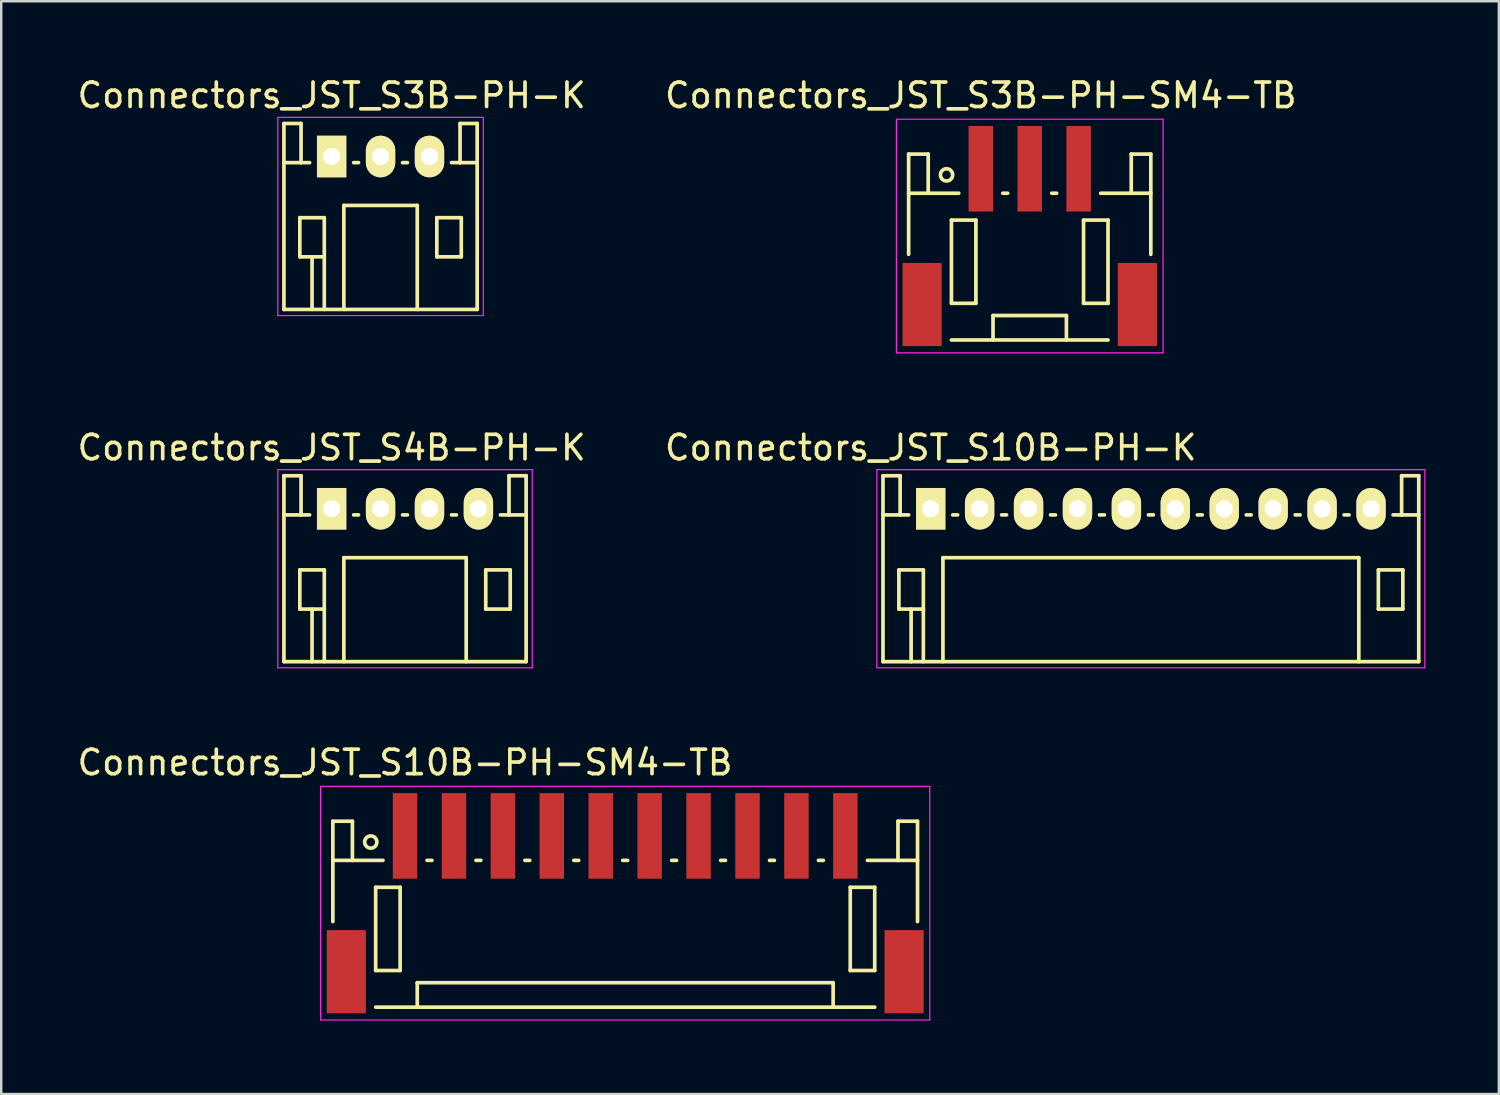
<source format=kicad_pcb>
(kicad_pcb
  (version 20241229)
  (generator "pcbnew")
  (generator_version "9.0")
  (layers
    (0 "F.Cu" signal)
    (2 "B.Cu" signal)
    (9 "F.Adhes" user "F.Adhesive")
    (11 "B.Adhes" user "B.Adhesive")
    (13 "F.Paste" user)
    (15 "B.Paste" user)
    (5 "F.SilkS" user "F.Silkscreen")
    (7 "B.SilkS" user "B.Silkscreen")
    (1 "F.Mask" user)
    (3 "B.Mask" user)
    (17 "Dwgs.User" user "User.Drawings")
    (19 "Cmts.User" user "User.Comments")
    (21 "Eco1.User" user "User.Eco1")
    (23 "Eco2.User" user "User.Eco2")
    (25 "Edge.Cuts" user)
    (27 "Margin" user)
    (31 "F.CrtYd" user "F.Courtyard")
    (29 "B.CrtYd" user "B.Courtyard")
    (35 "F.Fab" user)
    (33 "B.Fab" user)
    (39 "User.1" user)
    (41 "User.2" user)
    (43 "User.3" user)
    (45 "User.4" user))
  (footprint "Connectors_JST_S4B-PH-K"
    (layer "F.Cu")
    (at 10.506 17.747)
    (property "Reference" "Connectors_JST_S4B-PH-K" (at 0 -2.5 0) (layer "F.SilkS") (effects (font (size 1 1) (thickness 0.15))))
    (attr through_hole)
    (fp_line (start -1.95 -1.35) (end -1.95 6.25) (stroke (width 0.15) (type solid)) (layer "F.SilkS"))
    (fp_line (start -1.95 0.25) (end -1.25 0.25) (stroke (width 0.15) (type solid)) (layer "F.SilkS"))
    (fp_line (start -1.95 6.25) (end 7.95 6.25) (stroke (width 0.15) (type solid)) (layer "F.SilkS"))
    (fp_line (start -1.3 2.5) (end -1.3 4.1) (stroke (width 0.15) (type solid)) (layer "F.SilkS"))
    (fp_line (start -1.3 4.1) (end -0.3 4.1) (stroke (width 0.15) (type solid)) (layer "F.SilkS"))
    (fp_line (start -1.25 -1.35) (end -1.95 -1.35) (stroke (width 0.15) (type solid)) (layer "F.SilkS"))
    (fp_line (start -1.25 0.25) (end -1.25 -1.35) (stroke (width 0.15) (type solid)) (layer "F.SilkS"))
    (fp_line (start -0.9 0.25) (end -1.25 0.25) (stroke (width 0.15) (type solid)) (layer "F.SilkS"))
    (fp_line (start -0.8 4.1) (end -0.8 6.25) (stroke (width 0.15) (type solid)) (layer "F.SilkS"))
    (fp_line (start -0.3 2.5) (end -1.3 2.5) (stroke (width 0.15) (type solid)) (layer "F.SilkS"))
    (fp_line (start -0.3 4.1) (end -0.3 2.5) (stroke (width 0.15) (type solid)) (layer "F.SilkS"))
    (fp_line (start -0.3 4.1) (end -0.3 6.25) (stroke (width 0.15) (type solid)) (layer "F.SilkS"))
    (fp_line (start 0.5 2) (end 5.5 2) (stroke (width 0.15) (type solid)) (layer "F.SilkS"))
    (fp_line (start 0.5 6.25) (end 0.5 2) (stroke (width 0.15) (type solid)) (layer "F.SilkS"))
    (fp_line (start 0.9 0.25) (end 1.1 0.25) (stroke (width 0.15) (type solid)) (layer "F.SilkS"))
    (fp_line (start 2.9 0.25) (end 3.1 0.25) (stroke (width 0.15) (type solid)) (layer "F.SilkS"))
    (fp_line (start 4.9 0.25) (end 5.1 0.25) (stroke (width 0.15) (type solid)) (layer "F.SilkS"))
    (fp_line (start 5.5 2) (end 5.5 6.25) (stroke (width 0.15) (type solid)) (layer "F.SilkS"))
    (fp_line (start 6.3 2.5) (end 7.3 2.5) (stroke (width 0.15) (type solid)) (layer "F.SilkS"))
    (fp_line (start 6.3 4.1) (end 6.3 2.5) (stroke (width 0.15) (type solid)) (layer "F.SilkS"))
    (fp_line (start 7.25 -1.35) (end 7.25 0.25) (stroke (width 0.15) (type solid)) (layer "F.SilkS"))
    (fp_line (start 7.25 0.25) (end 6.9 0.25) (stroke (width 0.15) (type solid)) (layer "F.SilkS"))
    (fp_line (start 7.3 2.5) (end 7.3 4.1) (stroke (width 0.15) (type solid)) (layer "F.SilkS"))
    (fp_line (start 7.3 4.1) (end 6.3 4.1) (stroke (width 0.15) (type solid)) (layer "F.SilkS"))
    (fp_line (start 7.95 -1.35) (end 7.25 -1.35) (stroke (width 0.15) (type solid)) (layer "F.SilkS"))
    (fp_line (start 7.95 0.25) (end 7.25 0.25) (stroke (width 0.15) (type solid)) (layer "F.SilkS"))
    (fp_line (start 7.95 6.25) (end 7.95 -1.35) (stroke (width 0.15) (type solid)) (layer "F.SilkS"))
    (fp_line (start -2.2 -1.6) (end 8.2 -1.6) (stroke (width 0.05) (type solid)) (layer "F.CrtYd"))
    (fp_line (start -2.2 6.5) (end -2.2 -1.6) (stroke (width 0.05) (type solid)) (layer "F.CrtYd"))
    (fp_line (start 8.2 -1.6) (end 8.2 6.5) (stroke (width 0.05) (type solid)) (layer "F.CrtYd"))
    (fp_line (start 8.2 6.5) (end -2.2 6.5) (stroke (width 0.05) (type solid)) (layer "F.CrtYd"))
    (pad "1" thru_hole rect (at 0 0) (size 1.2 1.7) (drill 0.7) (layers "*.Cu" "*.Mask" "F.SilkS"))
    (pad "2" thru_hole oval (at 2 0) (size 1.2 1.7) (drill 0.7) (layers "*.Cu" "*.Mask" "F.SilkS"))
    (pad "3" thru_hole oval (at 4 0) (size 1.2 1.7) (drill 0.7) (layers "*.Cu" "*.Mask" "F.SilkS"))
    (pad "4" thru_hole oval (at 6 0) (size 1.2 1.7) (drill 0.7) (layers "*.Cu" "*.Mask" "F.SilkS")))
  (footprint "Connectors_JST_S3B-PH-SM4-TB"
    (layer "F.Cu")
    (at 39.042 6.623)
    (property "Reference" "Connectors_JST_S3B-PH-SM4-TB" (at -2 -5.775 0) (layer "F.SilkS") (effects (font (size 1 1) (thickness 0.15))))
    (attr smd)
    (fp_line (start -4.95 -3.375) (end -4.95 0.725) (stroke (width 0.15) (type solid)) (layer "F.SilkS"))
    (fp_line (start -4.15 -3.375) (end -4.95 -3.375) (stroke (width 0.15) (type solid)) (layer "F.SilkS"))
    (fp_line (start -4.15 -1.775) (end -4.95 -1.775) (stroke (width 0.15) (type solid)) (layer "F.SilkS"))
    (fp_line (start -4.15 -1.775) (end -4.15 -3.375) (stroke (width 0.15) (type solid)) (layer "F.SilkS"))
    (fp_line (start -3.2 -0.675) (end -3.2 2.725) (stroke (width 0.15) (type solid)) (layer "F.SilkS"))
    (fp_line (start -3.2 2.725) (end -2.2 2.725) (stroke (width 0.15) (type solid)) (layer "F.SilkS"))
    (fp_line (start -3.2 4.225) (end 3.2 4.225) (stroke (width 0.15) (type solid)) (layer "F.SilkS"))
    (fp_line (start -2.9 -1.775) (end -4.15 -1.775) (stroke (width 0.15) (type solid)) (layer "F.SilkS"))
    (fp_line (start -2.2 -0.675) (end -3.2 -0.675) (stroke (width 0.15) (type solid)) (layer "F.SilkS"))
    (fp_line (start -2.2 2.725) (end -2.2 -0.675) (stroke (width 0.15) (type solid)) (layer "F.SilkS"))
    (fp_line (start -1.5 3.225) (end 1.5 3.225) (stroke (width 0.15) (type solid)) (layer "F.SilkS"))
    (fp_line (start -1.5 4.225) (end -1.5 3.225) (stroke (width 0.15) (type solid)) (layer "F.SilkS"))
    (fp_line (start -1.1 -1.775) (end -0.9 -1.775) (stroke (width 0.15) (type solid)) (layer "F.SilkS"))
    (fp_line (start 0.9 -1.775) (end 1.1 -1.775) (stroke (width 0.15) (type solid)) (layer "F.SilkS"))
    (fp_line (start 1.5 3.225) (end 1.5 4.225) (stroke (width 0.15) (type solid)) (layer "F.SilkS"))
    (fp_line (start 2.2 -0.675) (end 3.2 -0.675) (stroke (width 0.15) (type solid)) (layer "F.SilkS"))
    (fp_line (start 2.2 2.725) (end 2.2 -0.675) (stroke (width 0.15) (type solid)) (layer "F.SilkS"))
    (fp_line (start 2.9 -1.775) (end 4.15 -1.775) (stroke (width 0.15) (type solid)) (layer "F.SilkS"))
    (fp_line (start 3.2 -0.675) (end 3.2 2.725) (stroke (width 0.15) (type solid)) (layer "F.SilkS"))
    (fp_line (start 3.2 2.725) (end 2.2 2.725) (stroke (width 0.15) (type solid)) (layer "F.SilkS"))
    (fp_line (start 4.15 -3.375) (end 4.95 -3.375) (stroke (width 0.15) (type solid)) (layer "F.SilkS"))
    (fp_line (start 4.15 -1.775) (end 4.15 -3.375) (stroke (width 0.15) (type solid)) (layer "F.SilkS"))
    (fp_line (start 4.15 -1.775) (end 4.95 -1.775) (stroke (width 0.15) (type solid)) (layer "F.SilkS"))
    (fp_line (start 4.95 -3.375) (end 4.95 0.725) (stroke (width 0.15) (type solid)) (layer "F.SilkS"))
    (fp_circle (center -3.4 -2.525) (end -3.15 -2.525) (stroke (width 0.15) (type solid)) (fill no) (layer "F.SilkS"))
    (fp_line (start -5.45 -4.8) (end 5.45 -4.8) (stroke (width 0.05) (type solid)) (layer "F.CrtYd"))
    (fp_line (start -5.45 4.75) (end -5.45 -4.8) (stroke (width 0.05) (type solid)) (layer "F.CrtYd"))
    (fp_line (start 5.45 -4.8) (end 5.45 4.75) (stroke (width 0.05) (type solid)) (layer "F.CrtYd"))
    (fp_line (start 5.45 4.75) (end -5.45 4.75) (stroke (width 0.05) (type solid)) (layer "F.CrtYd"))
    (pad "" smd rect (at -4.4 2.775) (size 1.6 3.4) (layers "F.Cu" "F.Mask" "F.Paste"))
    (pad "" smd rect (at 4.4 2.775) (size 1.6 3.4) (layers "F.Cu" "F.Mask" "F.Paste"))
    (pad "1" smd rect (at -2 -2.775) (size 1 3.5) (layers "F.Cu" "F.Mask" "F.Paste"))
    (pad "2" smd rect (at 0 -2.775) (size 1 3.5) (layers "F.Cu" "F.Mask" "F.Paste"))
    (pad "3" smd rect (at 2 -2.775) (size 1 3.5) (layers "F.Cu" "F.Mask" "F.Paste")))
  (footprint "Connectors_JST_S10B-PH-K"
    (layer "F.Cu")
    (at 34.994 17.747)
    (property "Reference" "Connectors_JST_S10B-PH-K" (at 0 -2.5 0) (layer "F.SilkS") (effects (font (size 1 1) (thickness 0.15))))
    (attr through_hole)
    (fp_line (start -1.95 -1.35) (end -1.95 6.25) (stroke (width 0.15) (type solid)) (layer "F.SilkS"))
    (fp_line (start -1.95 0.25) (end -1.25 0.25) (stroke (width 0.15) (type solid)) (layer "F.SilkS"))
    (fp_line (start -1.95 6.25) (end 19.95 6.25) (stroke (width 0.15) (type solid)) (layer "F.SilkS"))
    (fp_line (start -1.3 2.5) (end -1.3 4.1) (stroke (width 0.15) (type solid)) (layer "F.SilkS"))
    (fp_line (start -1.3 4.1) (end -0.3 4.1) (stroke (width 0.15) (type solid)) (layer "F.SilkS"))
    (fp_line (start -1.25 -1.35) (end -1.95 -1.35) (stroke (width 0.15) (type solid)) (layer "F.SilkS"))
    (fp_line (start -1.25 0.25) (end -1.25 -1.35) (stroke (width 0.15) (type solid)) (layer "F.SilkS"))
    (fp_line (start -0.9 0.25) (end -1.25 0.25) (stroke (width 0.15) (type solid)) (layer "F.SilkS"))
    (fp_line (start -0.8 4.1) (end -0.8 6.25) (stroke (width 0.15) (type solid)) (layer "F.SilkS"))
    (fp_line (start -0.3 2.5) (end -1.3 2.5) (stroke (width 0.15) (type solid)) (layer "F.SilkS"))
    (fp_line (start -0.3 4.1) (end -0.3 2.5) (stroke (width 0.15) (type solid)) (layer "F.SilkS"))
    (fp_line (start -0.3 4.1) (end -0.3 6.25) (stroke (width 0.15) (type solid)) (layer "F.SilkS"))
    (fp_line (start 0.5 2) (end 17.5 2) (stroke (width 0.15) (type solid)) (layer "F.SilkS"))
    (fp_line (start 0.5 6.25) (end 0.5 2) (stroke (width 0.15) (type solid)) (layer "F.SilkS"))
    (fp_line (start 0.9 0.25) (end 1.1 0.25) (stroke (width 0.15) (type solid)) (layer "F.SilkS"))
    (fp_line (start 2.9 0.25) (end 3.1 0.25) (stroke (width 0.15) (type solid)) (layer "F.SilkS"))
    (fp_line (start 4.9 0.25) (end 5.1 0.25) (stroke (width 0.15) (type solid)) (layer "F.SilkS"))
    (fp_line (start 6.9 0.25) (end 7.1 0.25) (stroke (width 0.15) (type solid)) (layer "F.SilkS"))
    (fp_line (start 8.9 0.25) (end 9.1 0.25) (stroke (width 0.15) (type solid)) (layer "F.SilkS"))
    (fp_line (start 10.9 0.25) (end 11.1 0.25) (stroke (width 0.15) (type solid)) (layer "F.SilkS"))
    (fp_line (start 12.9 0.25) (end 13.1 0.25) (stroke (width 0.15) (type solid)) (layer "F.SilkS"))
    (fp_line (start 14.9 0.25) (end 15.1 0.25) (stroke (width 0.15) (type solid)) (layer "F.SilkS"))
    (fp_line (start 16.9 0.25) (end 17.1 0.25) (stroke (width 0.15) (type solid)) (layer "F.SilkS"))
    (fp_line (start 17.5 2) (end 17.5 6.25) (stroke (width 0.15) (type solid)) (layer "F.SilkS"))
    (fp_line (start 18.3 2.5) (end 19.3 2.5) (stroke (width 0.15) (type solid)) (layer "F.SilkS"))
    (fp_line (start 18.3 4.1) (end 18.3 2.5) (stroke (width 0.15) (type solid)) (layer "F.SilkS"))
    (fp_line (start 19.25 -1.35) (end 19.25 0.25) (stroke (width 0.15) (type solid)) (layer "F.SilkS"))
    (fp_line (start 19.25 0.25) (end 18.9 0.25) (stroke (width 0.15) (type solid)) (layer "F.SilkS"))
    (fp_line (start 19.3 2.5) (end 19.3 4.1) (stroke (width 0.15) (type solid)) (layer "F.SilkS"))
    (fp_line (start 19.3 4.1) (end 18.3 4.1) (stroke (width 0.15) (type solid)) (layer "F.SilkS"))
    (fp_line (start 19.95 -1.35) (end 19.25 -1.35) (stroke (width 0.15) (type solid)) (layer "F.SilkS"))
    (fp_line (start 19.95 0.25) (end 19.25 0.25) (stroke (width 0.15) (type solid)) (layer "F.SilkS"))
    (fp_line (start 19.95 6.25) (end 19.95 -1.35) (stroke (width 0.15) (type solid)) (layer "F.SilkS"))
    (fp_line (start -2.2 -1.6) (end 20.2 -1.6) (stroke (width 0.05) (type solid)) (layer "F.CrtYd"))
    (fp_line (start -2.2 6.5) (end -2.2 -1.6) (stroke (width 0.05) (type solid)) (layer "F.CrtYd"))
    (fp_line (start 20.2 -1.6) (end 20.2 6.5) (stroke (width 0.05) (type solid)) (layer "F.CrtYd"))
    (fp_line (start 20.2 6.5) (end -2.2 6.5) (stroke (width 0.05) (type solid)) (layer "F.CrtYd"))
    (pad "1" thru_hole rect (at 0 0) (size 1.2 1.7) (drill 0.7) (layers "*.Cu" "*.Mask" "F.SilkS"))
    (pad "2" thru_hole oval (at 2 0) (size 1.2 1.7) (drill 0.7) (layers "*.Cu" "*.Mask" "F.SilkS"))
    (pad "3" thru_hole oval (at 4 0) (size 1.2 1.7) (drill 0.7) (layers "*.Cu" "*.Mask" "F.SilkS"))
    (pad "4" thru_hole oval (at 6 0) (size 1.2 1.7) (drill 0.7) (layers "*.Cu" "*.Mask" "F.SilkS"))
    (pad "5" thru_hole oval (at 8 0) (size 1.2 1.7) (drill 0.7) (layers "*.Cu" "*.Mask" "F.SilkS"))
    (pad "6" thru_hole oval (at 10 0) (size 1.2 1.7) (drill 0.7) (layers "*.Cu" "*.Mask" "F.SilkS"))
    (pad "7" thru_hole oval (at 12 0) (size 1.2 1.7) (drill 0.7) (layers "*.Cu" "*.Mask" "F.SilkS"))
    (pad "8" thru_hole oval (at 14 0) (size 1.2 1.7) (drill 0.7) (layers "*.Cu" "*.Mask" "F.SilkS"))
    (pad "9" thru_hole oval (at 16 0) (size 1.2 1.7) (drill 0.7) (layers "*.Cu" "*.Mask" "F.SilkS"))
    (pad "10" thru_hole oval (at 18 0) (size 1.2 1.7) (drill 0.7) (layers "*.Cu" "*.Mask" "F.SilkS")))
  (footprint "Connectors_JST_S3B-PH-K"
    (layer "F.Cu")
    (at 10.506 3.348)
    (property "Reference" "Connectors_JST_S3B-PH-K" (at 0 -2.5 0) (layer "F.SilkS") (effects (font (size 1 1) (thickness 0.15))))
    (attr through_hole)
    (fp_line (start -1.95 -1.35) (end -1.95 6.25) (stroke (width 0.15) (type solid)) (layer "F.SilkS"))
    (fp_line (start -1.95 0.25) (end -1.25 0.25) (stroke (width 0.15) (type solid)) (layer "F.SilkS"))
    (fp_line (start -1.95 6.25) (end 5.95 6.25) (stroke (width 0.15) (type solid)) (layer "F.SilkS"))
    (fp_line (start -1.3 2.5) (end -1.3 4.1) (stroke (width 0.15) (type solid)) (layer "F.SilkS"))
    (fp_line (start -1.3 4.1) (end -0.3 4.1) (stroke (width 0.15) (type solid)) (layer "F.SilkS"))
    (fp_line (start -1.25 -1.35) (end -1.95 -1.35) (stroke (width 0.15) (type solid)) (layer "F.SilkS"))
    (fp_line (start -1.25 0.25) (end -1.25 -1.35) (stroke (width 0.15) (type solid)) (layer "F.SilkS"))
    (fp_line (start -0.9 0.25) (end -1.25 0.25) (stroke (width 0.15) (type solid)) (layer "F.SilkS"))
    (fp_line (start -0.8 4.1) (end -0.8 6.25) (stroke (width 0.15) (type solid)) (layer "F.SilkS"))
    (fp_line (start -0.3 2.5) (end -1.3 2.5) (stroke (width 0.15) (type solid)) (layer "F.SilkS"))
    (fp_line (start -0.3 4.1) (end -0.3 2.5) (stroke (width 0.15) (type solid)) (layer "F.SilkS"))
    (fp_line (start -0.3 4.1) (end -0.3 6.25) (stroke (width 0.15) (type solid)) (layer "F.SilkS"))
    (fp_line (start 0.5 2) (end 3.5 2) (stroke (width 0.15) (type solid)) (layer "F.SilkS"))
    (fp_line (start 0.5 6.25) (end 0.5 2) (stroke (width 0.15) (type solid)) (layer "F.SilkS"))
    (fp_line (start 0.9 0.25) (end 1.1 0.25) (stroke (width 0.15) (type solid)) (layer "F.SilkS"))
    (fp_line (start 2.9 0.25) (end 3.1 0.25) (stroke (width 0.15) (type solid)) (layer "F.SilkS"))
    (fp_line (start 3.5 2) (end 3.5 6.25) (stroke (width 0.15) (type solid)) (layer "F.SilkS"))
    (fp_line (start 4.3 2.5) (end 5.3 2.5) (stroke (width 0.15) (type solid)) (layer "F.SilkS"))
    (fp_line (start 4.3 4.1) (end 4.3 2.5) (stroke (width 0.15) (type solid)) (layer "F.SilkS"))
    (fp_line (start 5.25 -1.35) (end 5.25 0.25) (stroke (width 0.15) (type solid)) (layer "F.SilkS"))
    (fp_line (start 5.25 0.25) (end 4.9 0.25) (stroke (width 0.15) (type solid)) (layer "F.SilkS"))
    (fp_line (start 5.3 2.5) (end 5.3 4.1) (stroke (width 0.15) (type solid)) (layer "F.SilkS"))
    (fp_line (start 5.3 4.1) (end 4.3 4.1) (stroke (width 0.15) (type solid)) (layer "F.SilkS"))
    (fp_line (start 5.95 -1.35) (end 5.25 -1.35) (stroke (width 0.15) (type solid)) (layer "F.SilkS"))
    (fp_line (start 5.95 0.25) (end 5.25 0.25) (stroke (width 0.15) (type solid)) (layer "F.SilkS"))
    (fp_line (start 5.95 6.25) (end 5.95 -1.35) (stroke (width 0.15) (type solid)) (layer "F.SilkS"))
    (fp_line (start -2.2 -1.6) (end 6.2 -1.6) (stroke (width 0.05) (type solid)) (layer "F.CrtYd"))
    (fp_line (start -2.2 6.5) (end -2.2 -1.6) (stroke (width 0.05) (type solid)) (layer "F.CrtYd"))
    (fp_line (start 6.2 -1.6) (end 6.2 6.5) (stroke (width 0.05) (type solid)) (layer "F.CrtYd"))
    (fp_line (start 6.2 6.5) (end -2.2 6.5) (stroke (width 0.05) (type solid)) (layer "F.CrtYd"))
    (pad "1" thru_hole rect (at 0 0) (size 1.2 1.7) (drill 0.7) (layers "*.Cu" "*.Mask" "F.SilkS"))
    (pad "2" thru_hole oval (at 2 0) (size 1.2 1.7) (drill 0.7) (layers "*.Cu" "*.Mask" "F.SilkS"))
    (pad "3" thru_hole oval (at 4 0) (size 1.2 1.7) (drill 0.7) (layers "*.Cu" "*.Mask" "F.SilkS")))
  (footprint "Connectors_JST_S10B-PH-SM4-TB"
    (layer "F.Cu")
    (at 22.506 33.895)
    (property "Reference" "Connectors_JST_S10B-PH-SM4-TB" (at -9 -5.775 0) (layer "F.SilkS") (effects (font (size 1 1) (thickness 0.15))))
    (attr smd)
    (fp_line (start -11.95 -3.375) (end -11.95 0.725) (stroke (width 0.15) (type solid)) (layer "F.SilkS"))
    (fp_line (start -11.15 -3.375) (end -11.95 -3.375) (stroke (width 0.15) (type solid)) (layer "F.SilkS"))
    (fp_line (start -11.15 -1.775) (end -11.95 -1.775) (stroke (width 0.15) (type solid)) (layer "F.SilkS"))
    (fp_line (start -11.15 -1.775) (end -11.15 -3.375) (stroke (width 0.15) (type solid)) (layer "F.SilkS"))
    (fp_line (start -10.2 -0.675) (end -10.2 2.725) (stroke (width 0.15) (type solid)) (layer "F.SilkS"))
    (fp_line (start -10.2 2.725) (end -9.2 2.725) (stroke (width 0.15) (type solid)) (layer "F.SilkS"))
    (fp_line (start -10.2 4.225) (end 10.2 4.225) (stroke (width 0.15) (type solid)) (layer "F.SilkS"))
    (fp_line (start -9.9 -1.775) (end -11.15 -1.775) (stroke (width 0.15) (type solid)) (layer "F.SilkS"))
    (fp_line (start -9.2 -0.675) (end -10.2 -0.675) (stroke (width 0.15) (type solid)) (layer "F.SilkS"))
    (fp_line (start -9.2 2.725) (end -9.2 -0.675) (stroke (width 0.15) (type solid)) (layer "F.SilkS"))
    (fp_line (start -8.5 3.225) (end 8.5 3.225) (stroke (width 0.15) (type solid)) (layer "F.SilkS"))
    (fp_line (start -8.5 4.225) (end -8.5 3.225) (stroke (width 0.15) (type solid)) (layer "F.SilkS"))
    (fp_line (start -8.1 -1.775) (end -7.9 -1.775) (stroke (width 0.15) (type solid)) (layer "F.SilkS"))
    (fp_line (start -6.1 -1.775) (end -5.9 -1.775) (stroke (width 0.15) (type solid)) (layer "F.SilkS"))
    (fp_line (start -4.1 -1.775) (end -3.9 -1.775) (stroke (width 0.15) (type solid)) (layer "F.SilkS"))
    (fp_line (start -2.1 -1.775) (end -1.9 -1.775) (stroke (width 0.15) (type solid)) (layer "F.SilkS"))
    (fp_line (start -0.1 -1.775) (end 0.1 -1.775) (stroke (width 0.15) (type solid)) (layer "F.SilkS"))
    (fp_line (start 1.9 -1.775) (end 2.1 -1.775) (stroke (width 0.15) (type solid)) (layer "F.SilkS"))
    (fp_line (start 3.9 -1.775) (end 4.1 -1.775) (stroke (width 0.15) (type solid)) (layer "F.SilkS"))
    (fp_line (start 5.9 -1.775) (end 6.1 -1.775) (stroke (width 0.15) (type solid)) (layer "F.SilkS"))
    (fp_line (start 7.9 -1.775) (end 8.1 -1.775) (stroke (width 0.15) (type solid)) (layer "F.SilkS"))
    (fp_line (start 8.5 3.225) (end 8.5 4.225) (stroke (width 0.15) (type solid)) (layer "F.SilkS"))
    (fp_line (start 9.2 -0.675) (end 10.2 -0.675) (stroke (width 0.15) (type solid)) (layer "F.SilkS"))
    (fp_line (start 9.2 2.725) (end 9.2 -0.675) (stroke (width 0.15) (type solid)) (layer "F.SilkS"))
    (fp_line (start 9.9 -1.775) (end 11.15 -1.775) (stroke (width 0.15) (type solid)) (layer "F.SilkS"))
    (fp_line (start 10.2 -0.675) (end 10.2 2.725) (stroke (width 0.15) (type solid)) (layer "F.SilkS"))
    (fp_line (start 10.2 2.725) (end 9.2 2.725) (stroke (width 0.15) (type solid)) (layer "F.SilkS"))
    (fp_line (start 11.15 -3.375) (end 11.95 -3.375) (stroke (width 0.15) (type solid)) (layer "F.SilkS"))
    (fp_line (start 11.15 -1.775) (end 11.15 -3.375) (stroke (width 0.15) (type solid)) (layer "F.SilkS"))
    (fp_line (start 11.15 -1.775) (end 11.95 -1.775) (stroke (width 0.15) (type solid)) (layer "F.SilkS"))
    (fp_line (start 11.95 -3.375) (end 11.95 0.725) (stroke (width 0.15) (type solid)) (layer "F.SilkS"))
    (fp_circle (center -10.4 -2.525) (end -10.15 -2.525) (stroke (width 0.15) (type solid)) (fill no) (layer "F.SilkS"))
    (fp_line (start -12.45 -4.8) (end 12.45 -4.8) (stroke (width 0.05) (type solid)) (layer "F.CrtYd"))
    (fp_line (start -12.45 4.75) (end -12.45 -4.8) (stroke (width 0.05) (type solid)) (layer "F.CrtYd"))
    (fp_line (start 12.45 -4.8) (end 12.45 4.75) (stroke (width 0.05) (type solid)) (layer "F.CrtYd"))
    (fp_line (start 12.45 4.75) (end -12.45 4.75) (stroke (width 0.05) (type solid)) (layer "F.CrtYd"))
    (pad "" smd rect (at -11.4 2.775) (size 1.6 3.4) (layers "F.Cu" "F.Mask" "F.Paste"))
    (pad "" smd rect (at 11.4 2.775) (size 1.6 3.4) (layers "F.Cu" "F.Mask" "F.Paste"))
    (pad "1" smd rect (at -9 -2.775) (size 1 3.5) (layers "F.Cu" "F.Mask" "F.Paste"))
    (pad "2" smd rect (at -7 -2.775) (size 1 3.5) (layers "F.Cu" "F.Mask" "F.Paste"))
    (pad "3" smd rect (at -5 -2.775) (size 1 3.5) (layers "F.Cu" "F.Mask" "F.Paste"))
    (pad "4" smd rect (at -3 -2.775) (size 1 3.5) (layers "F.Cu" "F.Mask" "F.Paste"))
    (pad "5" smd rect (at -1 -2.775) (size 1 3.5) (layers "F.Cu" "F.Mask" "F.Paste"))
    (pad "6" smd rect (at 1 -2.775) (size 1 3.5) (layers "F.Cu" "F.Mask" "F.Paste"))
    (pad "7" smd rect (at 3 -2.775) (size 1 3.5) (layers "F.Cu" "F.Mask" "F.Paste"))
    (pad "8" smd rect (at 5 -2.775) (size 1 3.5) (layers "F.Cu" "F.Mask" "F.Paste"))
    (pad "9" smd rect (at 7 -2.775) (size 1 3.5) (layers "F.Cu" "F.Mask" "F.Paste"))
    (pad "10" smd rect (at 9 -2.775) (size 1 3.5) (layers "F.Cu" "F.Mask" "F.Paste")))
  (gr_rect
    (start -3 -3)
    (end 58.219 41.67)
    (stroke (width 0.1) (type default))
    (fill no)
    (layer "Edge.Cuts")))
</source>
